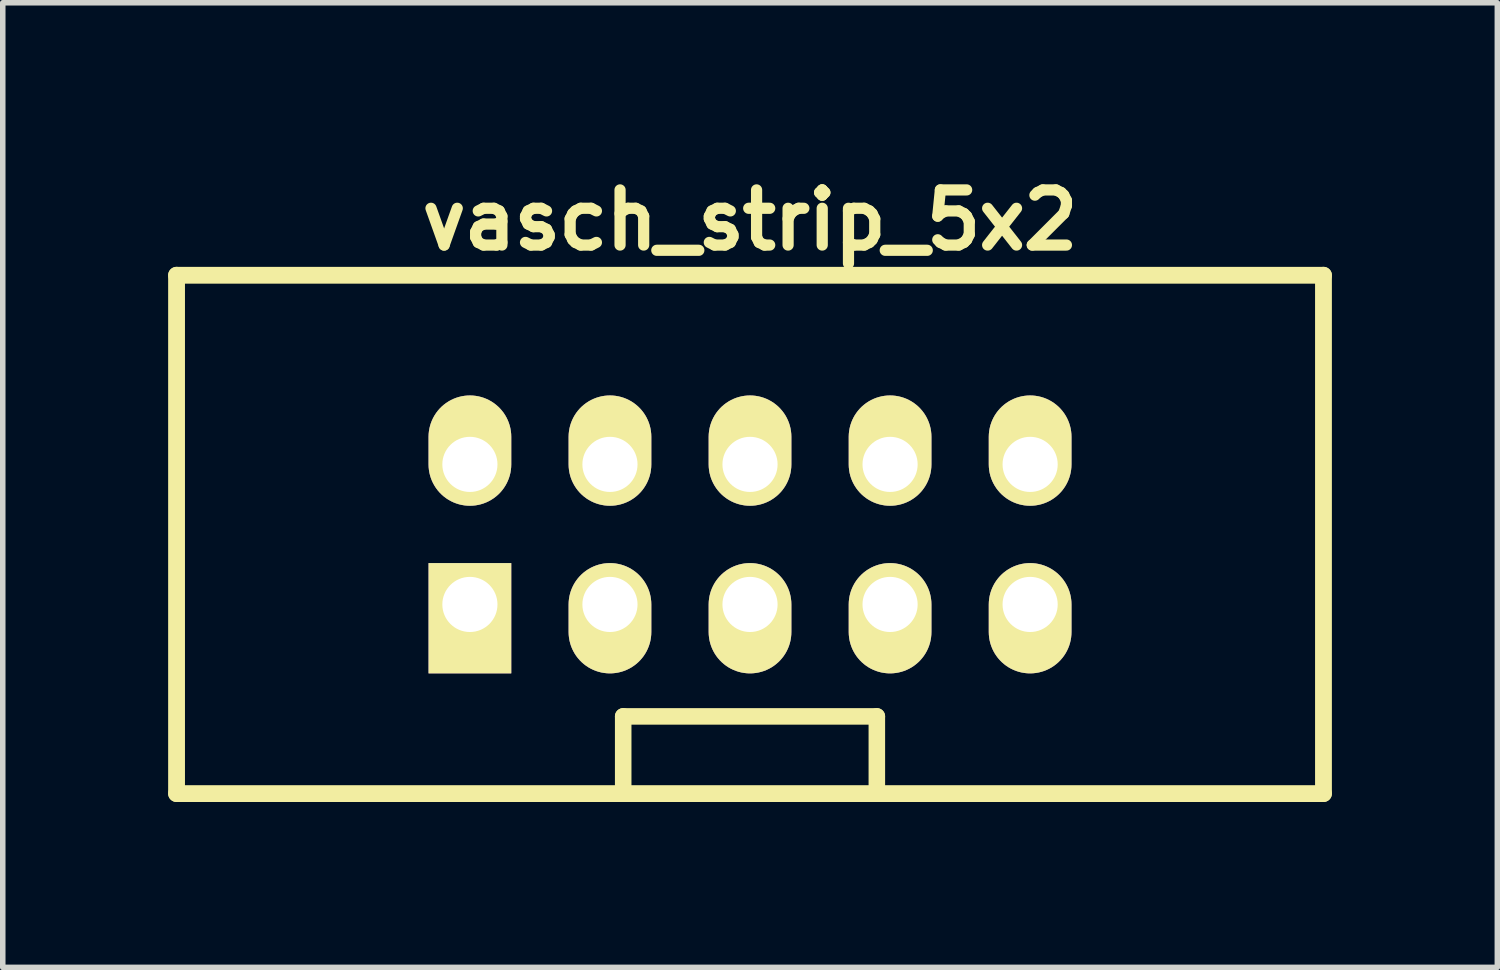
<source format=kicad_pcb>
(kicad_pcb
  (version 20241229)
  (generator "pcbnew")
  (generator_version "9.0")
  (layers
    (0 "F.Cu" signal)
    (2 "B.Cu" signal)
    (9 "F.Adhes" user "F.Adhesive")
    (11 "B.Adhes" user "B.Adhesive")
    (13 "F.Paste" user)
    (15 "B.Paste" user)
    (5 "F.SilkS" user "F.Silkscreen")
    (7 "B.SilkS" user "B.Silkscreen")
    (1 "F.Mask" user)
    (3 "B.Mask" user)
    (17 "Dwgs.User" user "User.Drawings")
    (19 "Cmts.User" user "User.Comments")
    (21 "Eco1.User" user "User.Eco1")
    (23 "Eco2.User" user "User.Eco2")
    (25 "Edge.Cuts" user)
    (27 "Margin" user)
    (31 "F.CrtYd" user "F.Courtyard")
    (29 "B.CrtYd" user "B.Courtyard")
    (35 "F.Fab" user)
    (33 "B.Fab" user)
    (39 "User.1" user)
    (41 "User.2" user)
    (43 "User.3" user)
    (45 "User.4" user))
  (footprint "vasch_strip_5x2"
    (layer "F.Cu")
    (at 10.552 6.642)
    (property "Reference" "vasch_strip_5x2" (at 0 -5.7 0) (layer "F.SilkS") (effects (font (size 1 1) (thickness 0.203))))
    (attr through_hole)
    (fp_line (start -10.4 -4.7) (end -10.4 4.7) (stroke (width 0.305) (type solid)) (layer "F.SilkS"))
    (fp_line (start -10.4 4.7) (end 10.4 4.7) (stroke (width 0.305) (type solid)) (layer "F.SilkS"))
    (fp_line (start -2.3 3.3) (end -2.3 4.7) (stroke (width 0.3) (type solid)) (layer "F.SilkS"))
    (fp_line (start 2.3 3.3) (end -2.3 3.3) (stroke (width 0.3) (type solid)) (layer "F.SilkS"))
    (fp_line (start 2.3 4.7) (end 2.3 3.3) (stroke (width 0.3) (type solid)) (layer "F.SilkS"))
    (fp_line (start 10.4 -4.7) (end -10.4 -4.7) (stroke (width 0.305) (type solid)) (layer "F.SilkS"))
    (fp_line (start 10.4 -4.7) (end 10.4 4.7) (stroke (width 0.305) (type solid)) (layer "F.SilkS"))
    (pad "1" thru_hole rect (at -5.08 1.27) (size 1.5 2) (drill 1 (offset 0 0.25)) (layers "*.Cu" "*.Mask" "F.SilkS"))
    (pad "2" thru_hole oval (at -5.08 -1.27) (size 1.5 2) (drill 1 (offset 0 -0.25)) (layers "*.Cu" "*.Mask" "F.SilkS"))
    (pad "3" thru_hole oval (at -2.54 1.27) (size 1.5 2) (drill 1 (offset 0 0.25)) (layers "*.Cu" "*.Mask" "F.SilkS"))
    (pad "4" thru_hole oval (at -2.54 -1.27) (size 1.5 2) (drill 1 (offset 0 -0.25)) (layers "*.Cu" "*.Mask" "F.SilkS"))
    (pad "5" thru_hole oval (at 0 1.27) (size 1.5 2) (drill 1 (offset 0 0.25)) (layers "*.Cu" "*.Mask" "F.SilkS"))
    (pad "6" thru_hole oval (at 0 -1.27) (size 1.5 2) (drill 1 (offset 0 -0.25)) (layers "*.Cu" "*.Mask" "F.SilkS"))
    (pad "7" thru_hole oval (at 2.54 1.27) (size 1.5 2) (drill 1 (offset 0 0.25)) (layers "*.Cu" "*.Mask" "F.SilkS"))
    (pad "8" thru_hole oval (at 2.54 -1.27) (size 1.5 2) (drill 1 (offset 0 -0.25)) (layers "*.Cu" "*.Mask" "F.SilkS"))
    (pad "9" thru_hole oval (at 5.08 1.27) (size 1.5 2) (drill 1 (offset 0 0.25)) (layers "*.Cu" "*.Mask" "F.SilkS"))
    (pad "10" thru_hole oval (at 5.08 -1.27) (size 1.5 2) (drill 1 (offset 0 -0.25)) (layers "*.Cu" "*.Mask" "F.SilkS")))
  (gr_rect
    (start -3 -3)
    (end 24.105 14.494)
    (stroke (width 0.1) (type default))
    (fill no)
    (layer "Edge.Cuts")))
</source>
